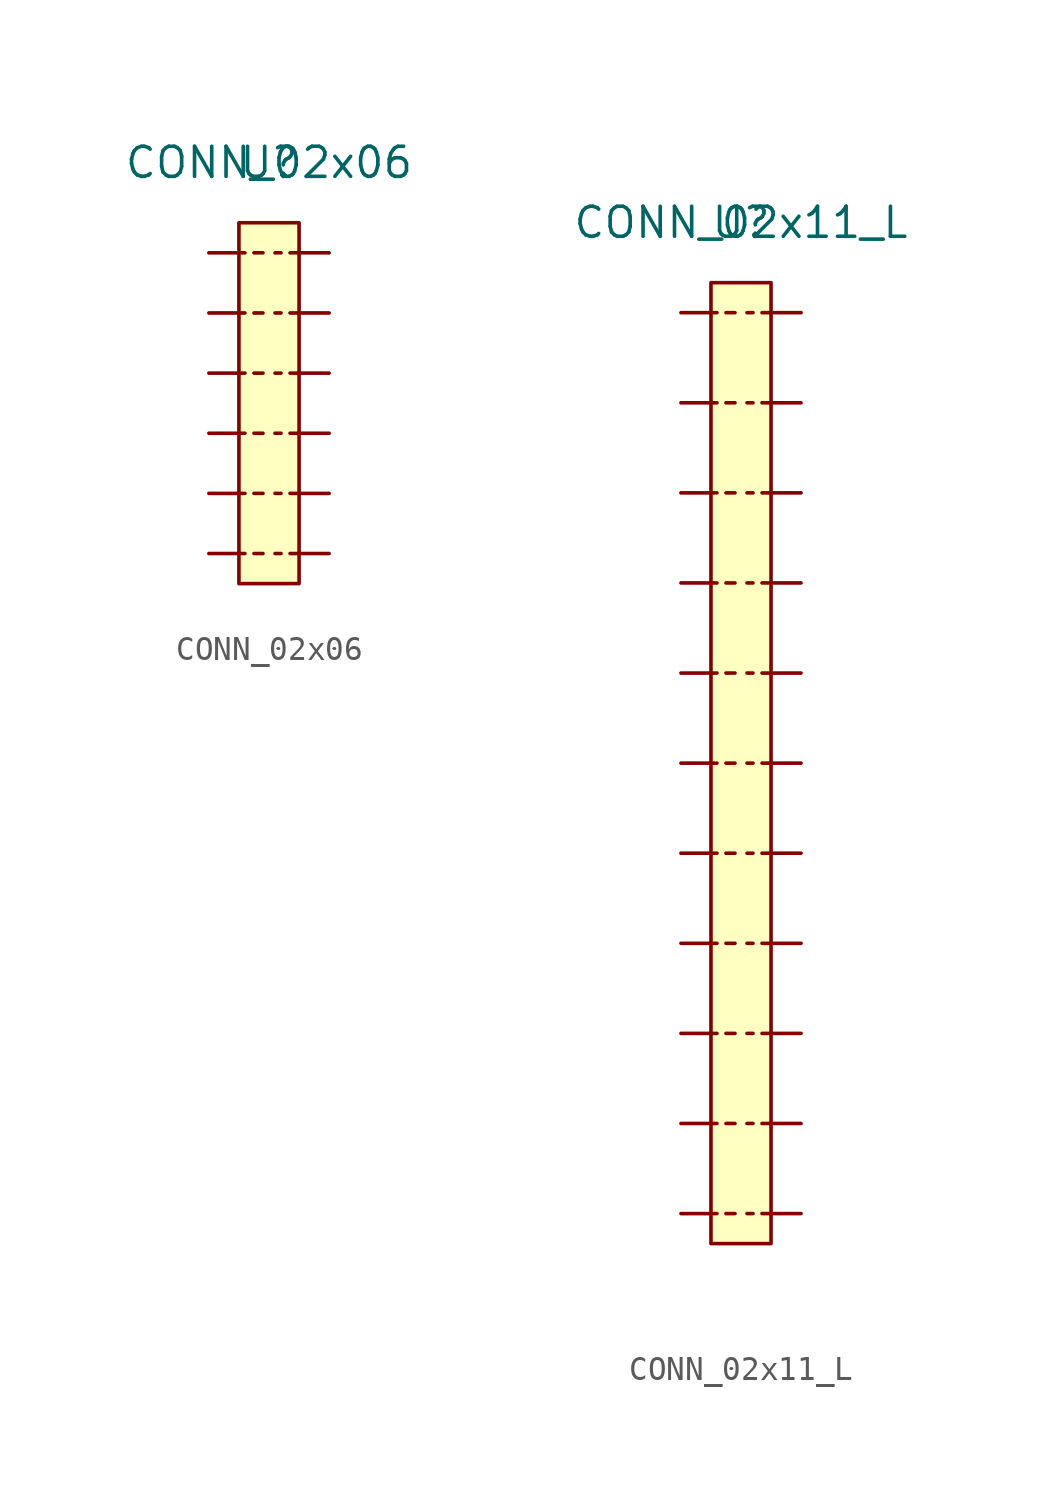
<source format=kicad_sym>
(kicad_symbol_lib
  (version 20231120)
  (generator "kicad_symbol_editor")
  (generator_version "8.0")
  (symbol "CONN_02x06"
    (property "Reference" "U"
      (at 0 0 0)
      (effects (font (size 1.27 1.27))))
    (property "Value" "CONN_02x06"
      (at 0 0 0)
      (effects (font (size 1.27 1.27))))
    (symbol "CONN_02x06_0_1"
      (rectangle (start -1.27 -2.54) (end 1.27 -17.78) (stroke (width 0) (type default)) (fill (type background)))
      (polyline (pts (xy -1.27 -16.51) (xy -1.016 -16.51)) (stroke (width 0) (type default)) (fill (type none)))
      (polyline (pts (xy -1.27 -13.97) (xy -1.016 -13.97)) (stroke (width 0) (type default)) (fill (type none)))
      (polyline (pts (xy -1.27 -11.43) (xy -1.016 -11.43)) (stroke (width 0) (type default)) (fill (type none)))
      (polyline (pts (xy -1.27 -8.89) (xy -1.016 -8.89)) (stroke (width 0) (type default)) (fill (type none)))
      (polyline (pts (xy -1.27 -6.35) (xy -1.016 -6.35)) (stroke (width 0) (type default)) (fill (type none)))
      (polyline (pts (xy -1.27 -3.81) (xy -1.016 -3.81)) (stroke (width 0) (type default)) (fill (type none)))
      (polyline (pts (xy -0.635 -16.51) (xy -0.254 -16.51)) (stroke (width 0) (type default)) (fill (type none)))
      (polyline (pts (xy -0.635 -13.97) (xy -0.254 -13.97)) (stroke (width 0) (type default)) (fill (type none)))
      (polyline (pts (xy -0.635 -11.43) (xy -0.254 -11.43)) (stroke (width 0) (type default)) (fill (type none)))
      (polyline (pts (xy -0.635 -8.89) (xy -0.254 -8.89)) (stroke (width 0) (type default)) (fill (type none)))
      (polyline (pts (xy -0.635 -6.35) (xy -0.254 -6.35)) (stroke (width 0) (type default)) (fill (type none)))
      (polyline (pts (xy -0.635 -3.81) (xy -0.254 -3.81)) (stroke (width 0) (type default)) (fill (type none)))
      (polyline (pts (xy 0.254 -16.51) (xy 0.508 -16.51)) (stroke (width 0) (type default)) (fill (type none)))
      (polyline (pts (xy 0.254 -13.97) (xy 0.508 -13.97)) (stroke (width 0) (type default)) (fill (type none)))
      (polyline (pts (xy 0.254 -11.43) (xy 0.508 -11.43)) (stroke (width 0) (type default)) (fill (type none)))
      (polyline (pts (xy 0.254 -8.89) (xy 0.508 -8.89)) (stroke (width 0) (type default)) (fill (type none)))
      (polyline (pts (xy 0.254 -6.35) (xy 0.508 -6.35)) (stroke (width 0) (type default)) (fill (type none)))
      (polyline (pts (xy 0.254 -3.81) (xy 0.508 -3.81)) (stroke (width 0) (type default)) (fill (type none)))
      (polyline (pts (xy 0.889 -16.51) (xy 1.27 -16.51)) (stroke (width 0) (type default)) (fill (type none)))
      (polyline (pts (xy 0.889 -13.97) (xy 1.27 -13.97)) (stroke (width 0) (type default)) (fill (type none)))
      (polyline (pts (xy 0.889 -11.43) (xy 1.27 -11.43)) (stroke (width 0) (type default)) (fill (type none)))
      (polyline (pts (xy 0.889 -8.89) (xy 1.27 -8.89)) (stroke (width 0) (type default)) (fill (type none)))
      (polyline (pts (xy 0.889 -6.35) (xy 1.27 -6.35)) (stroke (width 0) (type default)) (fill (type none)))
      (polyline (pts (xy 0.889 -3.81) (xy 1.27 -3.81)) (stroke (width 0) (type default)) (fill (type none))))
    (symbol "CONN_02x06_1_1"
      (pin input line (at -2.54 -16.51 0) (length 1.27) (name "" (effects (font (size 1.27 1.27)))) (number "" (effects (font (size 1.27 1.27)))))
      (pin input line (at -2.54 -13.97 0) (length 1.27) (name "" (effects (font (size 1.27 1.27)))) (number "" (effects (font (size 1.27 1.27)))))
      (pin input line (at -2.54 -11.43 0) (length 1.27) (name "" (effects (font (size 1.27 1.27)))) (number "" (effects (font (size 1.27 1.27)))))
      (pin input line (at -2.54 -8.89 0) (length 1.27) (name "" (effects (font (size 1.27 1.27)))) (number "" (effects (font (size 1.27 1.27)))))
      (pin input line (at -2.54 -6.35 0) (length 1.27) (name "" (effects (font (size 1.27 1.27)))) (number "" (effects (font (size 1.27 1.27)))))
      (pin input line (at -2.54 -3.81 0) (length 1.27) (name "" (effects (font (size 1.27 1.27)))) (number "" (effects (font (size 1.27 1.27)))))
      (pin input line (at 2.54 -16.51 180) (length 1.27) (name "" (effects (font (size 1.27 1.27)))) (number "" (effects (font (size 1.27 1.27)))))
      (pin input line (at 2.54 -13.97 180) (length 1.27) (name "" (effects (font (size 1.27 1.27)))) (number "" (effects (font (size 1.27 1.27)))))
      (pin input line (at 2.54 -11.43 180) (length 1.27) (name "" (effects (font (size 1.27 1.27)))) (number "" (effects (font (size 1.27 1.27)))))
      (pin input line (at 2.54 -8.89 180) (length 1.27) (name "" (effects (font (size 1.27 1.27)))) (number "" (effects (font (size 1.27 1.27)))))
      (pin input line (at 2.54 -6.35 180) (length 1.27) (name "" (effects (font (size 1.27 1.27)))) (number "" (effects (font (size 1.27 1.27)))))
      (pin input line (at 2.54 -3.81 180) (length 1.27) (name "" (effects (font (size 1.27 1.27)))) (number "" (effects (font (size 1.27 1.27)))))))
  (symbol "CONN_02x11_L"
    (property "Reference" "U"
      (at 0 0 0)
      (effects (font (size 1.27 1.27))))
    (property "Value" "CONN_02x11_L"
      (at 0 0 0)
      (effects (font (size 1.27 1.27))))
    (symbol "CONN_02x11_L_0_1"
      (rectangle (start -1.27 -2.54) (end 1.27 -43.18) (stroke (width 0) (type default)) (fill (type background)))
      (polyline (pts (xy -1.27 -41.91) (xy -1.016 -41.91)) (stroke (width 0) (type default)) (fill (type none)))
      (polyline (pts (xy -1.27 -38.1) (xy -1.016 -38.1)) (stroke (width 0) (type default)) (fill (type none)))
      (polyline (pts (xy -1.27 -34.29) (xy -1.016 -34.29)) (stroke (width 0) (type default)) (fill (type none)))
      (polyline (pts (xy -1.27 -30.48) (xy -1.016 -30.48)) (stroke (width 0) (type default)) (fill (type none)))
      (polyline (pts (xy -1.27 -26.67) (xy -1.016 -26.67)) (stroke (width 0) (type default)) (fill (type none)))
      (polyline (pts (xy -1.27 -22.86) (xy -1.016 -22.86)) (stroke (width 0) (type default)) (fill (type none)))
      (polyline (pts (xy -1.27 -19.05) (xy -1.016 -19.05)) (stroke (width 0) (type default)) (fill (type none)))
      (polyline (pts (xy -1.27 -15.24) (xy -1.016 -15.24)) (stroke (width 0) (type default)) (fill (type none)))
      (polyline (pts (xy -1.27 -11.43) (xy -1.016 -11.43)) (stroke (width 0) (type default)) (fill (type none)))
      (polyline (pts (xy -1.27 -7.62) (xy -1.016 -7.62)) (stroke (width 0) (type default)) (fill (type none)))
      (polyline (pts (xy -1.27 -3.81) (xy -1.016 -3.81)) (stroke (width 0) (type default)) (fill (type none)))
      (polyline (pts (xy -0.635 -41.91) (xy -0.254 -41.91)) (stroke (width 0) (type default)) (fill (type none)))
      (polyline (pts (xy -0.635 -38.1) (xy -0.254 -38.1)) (stroke (width 0) (type default)) (fill (type none)))
      (polyline (pts (xy -0.635 -34.29) (xy -0.254 -34.29)) (stroke (width 0) (type default)) (fill (type none)))
      (polyline (pts (xy -0.635 -30.48) (xy -0.254 -30.48)) (stroke (width 0) (type default)) (fill (type none)))
      (polyline (pts (xy -0.635 -26.67) (xy -0.254 -26.67)) (stroke (width 0) (type default)) (fill (type none)))
      (polyline (pts (xy -0.635 -22.86) (xy -0.254 -22.86)) (stroke (width 0) (type default)) (fill (type none)))
      (polyline (pts (xy -0.635 -19.05) (xy -0.254 -19.05)) (stroke (width 0) (type default)) (fill (type none)))
      (polyline (pts (xy -0.635 -15.24) (xy -0.254 -15.24)) (stroke (width 0) (type default)) (fill (type none)))
      (polyline (pts (xy -0.635 -11.43) (xy -0.254 -11.43)) (stroke (width 0) (type default)) (fill (type none)))
      (polyline (pts (xy -0.635 -7.62) (xy -0.254 -7.62)) (stroke (width 0) (type default)) (fill (type none)))
      (polyline (pts (xy -0.635 -3.81) (xy -0.254 -3.81)) (stroke (width 0) (type default)) (fill (type none)))
      (polyline (pts (xy 0.254 -41.91) (xy 0.508 -41.91)) (stroke (width 0) (type default)) (fill (type none)))
      (polyline (pts (xy 0.254 -38.1) (xy 0.508 -38.1)) (stroke (width 0) (type default)) (fill (type none)))
      (polyline (pts (xy 0.254 -34.29) (xy 0.508 -34.29)) (stroke (width 0) (type default)) (fill (type none)))
      (polyline (pts (xy 0.254 -30.48) (xy 0.508 -30.48)) (stroke (width 0) (type default)) (fill (type none)))
      (polyline (pts (xy 0.254 -26.67) (xy 0.508 -26.67)) (stroke (width 0) (type default)) (fill (type none)))
      (polyline (pts (xy 0.254 -22.86) (xy 0.508 -22.86)) (stroke (width 0) (type default)) (fill (type none)))
      (polyline (pts (xy 0.254 -19.05) (xy 0.508 -19.05)) (stroke (width 0) (type default)) (fill (type none)))
      (polyline (pts (xy 0.254 -15.24) (xy 0.508 -15.24)) (stroke (width 0) (type default)) (fill (type none)))
      (polyline (pts (xy 0.254 -11.43) (xy 0.508 -11.43)) (stroke (width 0) (type default)) (fill (type none)))
      (polyline (pts (xy 0.254 -7.62) (xy 0.508 -7.62)) (stroke (width 0) (type default)) (fill (type none)))
      (polyline (pts (xy 0.254 -3.81) (xy 0.508 -3.81)) (stroke (width 0) (type default)) (fill (type none)))
      (polyline (pts (xy 0.889 -41.91) (xy 1.27 -41.91)) (stroke (width 0) (type default)) (fill (type none)))
      (polyline (pts (xy 0.889 -38.1) (xy 1.27 -38.1)) (stroke (width 0) (type default)) (fill (type none)))
      (polyline (pts (xy 0.889 -34.29) (xy 1.27 -34.29)) (stroke (width 0) (type default)) (fill (type none)))
      (polyline (pts (xy 0.889 -30.48) (xy 1.27 -30.48)) (stroke (width 0) (type default)) (fill (type none)))
      (polyline (pts (xy 0.889 -26.67) (xy 1.27 -26.67)) (stroke (width 0) (type default)) (fill (type none)))
      (polyline (pts (xy 0.889 -22.86) (xy 1.27 -22.86)) (stroke (width 0) (type default)) (fill (type none)))
      (polyline (pts (xy 0.889 -19.05) (xy 1.27 -19.05)) (stroke (width 0) (type default)) (fill (type none)))
      (polyline (pts (xy 0.889 -15.24) (xy 1.27 -15.24)) (stroke (width 0) (type default)) (fill (type none)))
      (polyline (pts (xy 0.889 -11.43) (xy 1.27 -11.43)) (stroke (width 0) (type default)) (fill (type none)))
      (polyline (pts (xy 0.889 -7.62) (xy 1.27 -7.62)) (stroke (width 0) (type default)) (fill (type none)))
      (polyline (pts (xy 0.889 -3.81) (xy 1.27 -3.81)) (stroke (width 0) (type default)) (fill (type none))))
    (symbol "CONN_02x11_L_1_1"
      (pin input line (at -2.54 -41.91 0) (length 1.27) (name "" (effects (font (size 1.27 1.27)))) (number "" (effects (font (size 1.27 1.27)))))
      (pin input line (at -2.54 -38.1 0) (length 1.27) (name "" (effects (font (size 1.27 1.27)))) (number "" (effects (font (size 1.27 1.27)))))
      (pin input line (at -2.54 -34.29 0) (length 1.27) (name "" (effects (font (size 1.27 1.27)))) (number "" (effects (font (size 1.27 1.27)))))
      (pin input line (at -2.54 -30.48 0) (length 1.27) (name "" (effects (font (size 1.27 1.27)))) (number "" (effects (font (size 1.27 1.27)))))
      (pin input line (at -2.54 -26.67 0) (length 1.27) (name "" (effects (font (size 1.27 1.27)))) (number "" (effects (font (size 1.27 1.27)))))
      (pin input line (at -2.54 -22.86 0) (length 1.27) (name "" (effects (font (size 1.27 1.27)))) (number "" (effects (font (size 1.27 1.27)))))
      (pin input line (at -2.54 -19.05 0) (length 1.27) (name "" (effects (font (size 1.27 1.27)))) (number "" (effects (font (size 1.27 1.27)))))
      (pin input line (at -2.54 -15.24 0) (length 1.27) (name "" (effects (font (size 1.27 1.27)))) (number "" (effects (font (size 1.27 1.27)))))
      (pin input line (at -2.54 -11.43 0) (length 1.27) (name "" (effects (font (size 1.27 1.27)))) (number "" (effects (font (size 1.27 1.27)))))
      (pin input line (at -2.54 -7.62 0) (length 1.27) (name "" (effects (font (size 1.27 1.27)))) (number "" (effects (font (size 1.27 1.27)))))
      (pin input line (at -2.54 -3.81 0) (length 1.27) (name "" (effects (font (size 1.27 1.27)))) (number "" (effects (font (size 1.27 1.27)))))
      (pin input line (at 2.54 -41.91 180) (length 1.27) (name "" (effects (font (size 1.27 1.27)))) (number "" (effects (font (size 1.27 1.27)))))
      (pin input line (at 2.54 -38.1 180) (length 1.27) (name "" (effects (font (size 1.27 1.27)))) (number "" (effects (font (size 1.27 1.27)))))
      (pin input line (at 2.54 -34.29 180) (length 1.27) (name "" (effects (font (size 1.27 1.27)))) (number "" (effects (font (size 1.27 1.27)))))
      (pin input line (at 2.54 -30.48 180) (length 1.27) (name "" (effects (font (size 1.27 1.27)))) (number "" (effects (font (size 1.27 1.27)))))
      (pin input line (at 2.54 -26.67 180) (length 1.27) (name "" (effects (font (size 1.27 1.27)))) (number "" (effects (font (size 1.27 1.27)))))
      (pin input line (at 2.54 -22.86 180) (length 1.27) (name "" (effects (font (size 1.27 1.27)))) (number "" (effects (font (size 1.27 1.27)))))
      (pin input line (at 2.54 -19.05 180) (length 1.27) (name "" (effects (font (size 1.27 1.27)))) (number "" (effects (font (size 1.27 1.27)))))
      (pin input line (at 2.54 -15.24 180) (length 1.27) (name "" (effects (font (size 1.27 1.27)))) (number "" (effects (font (size 1.27 1.27)))))
      (pin input line (at 2.54 -11.43 180) (length 1.27) (name "" (effects (font (size 1.27 1.27)))) (number "" (effects (font (size 1.27 1.27)))))
      (pin input line (at 2.54 -7.62 180) (length 1.27) (name "" (effects (font (size 1.27 1.27)))) (number "" (effects (font (size 1.27 1.27)))))
      (pin input line (at 2.54 -3.81 180) (length 1.27) (name "" (effects (font (size 1.27 1.27)))) (number "" (effects (font (size 1.27 1.27))))))))
</source>
